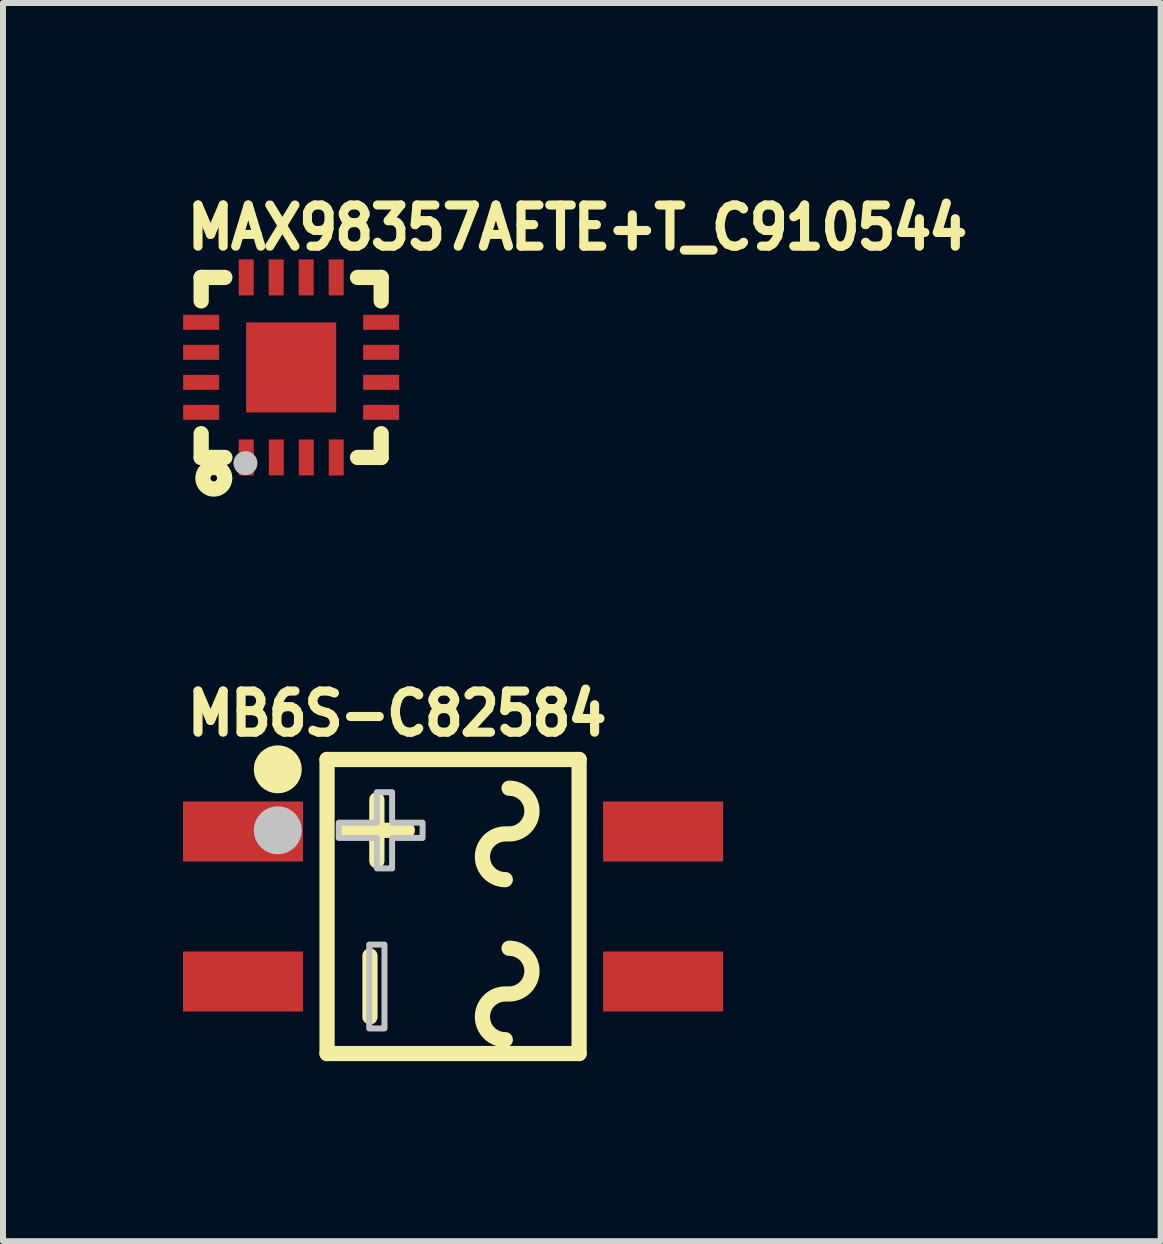
<source format=kicad_pcb>
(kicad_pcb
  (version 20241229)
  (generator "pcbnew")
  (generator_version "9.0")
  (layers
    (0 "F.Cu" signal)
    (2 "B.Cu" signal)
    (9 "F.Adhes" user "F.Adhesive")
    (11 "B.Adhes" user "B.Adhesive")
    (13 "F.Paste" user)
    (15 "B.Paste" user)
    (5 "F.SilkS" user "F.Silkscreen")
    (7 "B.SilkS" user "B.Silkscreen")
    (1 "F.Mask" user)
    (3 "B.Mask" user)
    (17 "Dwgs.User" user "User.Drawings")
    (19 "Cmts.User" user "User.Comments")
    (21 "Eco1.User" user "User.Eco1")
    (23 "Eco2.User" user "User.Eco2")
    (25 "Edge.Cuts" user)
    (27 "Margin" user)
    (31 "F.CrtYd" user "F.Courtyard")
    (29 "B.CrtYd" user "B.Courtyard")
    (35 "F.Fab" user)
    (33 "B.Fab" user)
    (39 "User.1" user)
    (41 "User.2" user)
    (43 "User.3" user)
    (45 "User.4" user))
  (footprint "MB6S-C82584"
    (layer "F.Cu")
    (at 4.5 12.056)
    (property "Reference" "MB6S-C82584" (at -4.5 -2.813 0) (layer "F.SilkS") (effects (font (size 0.686 0.628) (thickness 0.152)) (justify left bottom)))
    (fp_line (start -2.1 -2.45) (end 2.1 -2.45) (stroke (width 0.254) (type default)) (layer "F.SilkS"))
    (fp_line (start -2.1 2.45) (end -2.1 -2.45) (stroke (width 0.254) (type default)) (layer "F.SilkS"))
    (fp_line (start -1.385 0.823) (end -1.385 1.839) (stroke (width 0.254) (type default)) (layer "F.SilkS"))
    (fp_line (start -1.27 -1.778) (end -1.27 -0.762) (stroke (width 0.254) (type default)) (layer "F.SilkS"))
    (fp_line (start -0.762 -1.27) (end -1.778 -1.27) (stroke (width 0.254) (type default)) (layer "F.SilkS"))
    (fp_line (start 2.1 -2.45) (end 2.1 2.45) (stroke (width 0.254) (type default)) (layer "F.SilkS"))
    (fp_line (start 2.1 2.45) (end -2.1 2.45) (stroke (width 0.254) (type default)) (layer "F.SilkS"))
    (fp_arc (start 0.87 -0.4475) (mid 0.489 -0.8285) (end 0.87 -1.2095) (stroke (width 0.254) (type default)) (layer "F.SilkS"))
    (fp_arc (start 0.87 2.2195) (mid 0.489 1.8385) (end 0.87 1.4575) (stroke (width 0.254) (type default)) (layer "F.SilkS"))
    (fp_arc (start 0.9335 -1.9715) (mid 1.3145 -1.5905) (end 0.9335 -1.2095) (stroke (width 0.254) (type default)) (layer "F.SilkS"))
    (fp_arc (start 0.9335 0.6955) (mid 1.3145 1.0765) (end 0.9335 1.4575) (stroke (width 0.254) (type default)) (layer "F.SilkS"))
    (fp_circle (center -2.921 -2.286) (end -2.721 -2.286) (stroke (width 0.4) (type default)) (fill no) (layer "F.SilkS"))
    (fp_circle (center -2.921 -1.27) (end -2.721 -1.27) (stroke (width 0.4) (type default)) (fill no) (layer "Dwgs.User"))
    (fp_poly (pts (xy -1.397 2.032) (xy -1.397 0.635) (xy -1.143 0.635) (xy -1.143 2.032)) (stroke (width 0.1) (type default)) (fill no) (layer "Dwgs.User"))
    (fp_poly (pts (xy -1.905 -1.143) (xy -1.27 -1.143) (xy -1.27 -0.635) (xy -1.016 -0.635) (xy -1.016 -1.143) (xy -0.508 -1.143) (xy -0.508 -1.397) (xy -1.016 -1.397) (xy -1.016 -1.905) (xy -1.27 -1.905) (xy -1.27 -1.397) (xy -1.905 -1.397)) (stroke (width 0.1) (type default)) (fill no) (layer "Dwgs.User"))
    (fp_poly (pts (xy -3.5 -0.87) (xy -3.5 -1.67) (xy -2.5 -1.67) (xy -2.5 -0.87)) (stroke (width 0.1) (type default)) (fill no) (layer "User.1"))
    (fp_poly (pts (xy -3.5 1.67) (xy -3.5 0.87) (xy -2.5 0.87) (xy -2.5 1.67)) (stroke (width 0.1) (type default)) (fill no) (layer "User.1"))
    (fp_poly (pts (xy -1.98 -1.67) (xy -2.504 -1.669) (xy -2.504 -0.87) (xy -1.98 -0.87)) (stroke (width 0.1) (type default)) (fill no) (layer "User.1"))
    (fp_poly (pts (xy -1.97 0.87) (xy -2.504 0.871) (xy -2.504 1.671) (xy -1.97 1.67)) (stroke (width 0.1) (type default)) (fill no) (layer "User.1"))
    (fp_poly (pts (xy 2.497 1.671) (xy 2.497 0.871) (xy 3.497 0.871) (xy 3.497 1.671)) (stroke (width 0.1) (type default)) (fill no) (layer "User.1"))
    (fp_poly (pts (xy 2.499 -0.87) (xy 2.499 -1.67) (xy 3.499 -1.67) (xy 3.499 -0.87)) (stroke (width 0.1) (type default)) (fill no) (layer "User.1"))
    (fp_poly (pts (xy 2.51 -1.67) (xy 2.01 -1.67) (xy 1.98 -1.67) (xy 1.98 -0.87) (xy 2.51 -0.87)) (stroke (width 0.1) (type default)) (fill no) (layer "User.1"))
    (fp_poly (pts (xy 2.51 0.87) (xy 2.01 0.87) (xy 1.984 0.87) (xy 1.982 1.669) (xy 2.51 1.67)) (stroke (width 0.1) (type default)) (fill no) (layer "User.1"))
    (fp_line (start -1.997 -2.342) (end 2.003 -2.342) (stroke (width 0.051) (type default)) (layer "User.2"))
    (fp_line (start -1.997 2.358) (end -1.997 -2.342) (stroke (width 0.051) (type default)) (layer "User.2"))
    (fp_line (start 2.003 -2.342) (end 2.003 2.358) (stroke (width 0.051) (type default)) (layer "User.2"))
    (fp_line (start 2.003 2.358) (end -1.997 2.358) (stroke (width 0.051) (type default)) (layer "User.2"))
    (fp_poly (pts (xy -3.44 -2.342) (xy -3.458 -2.384) (xy -3.5 -2.402) (xy -3.542 -2.384) (xy -3.56 -2.342) (xy -3.542 -2.3) (xy -3.5 -2.282) (xy -3.458 -2.3)) (stroke (width 0.1) (type default)) (fill no) (layer "User.3"))
    (pad "1" smd rect (at -3.5 -1.25 90) (size 1 2) (layers "F.Cu" "F.Mask" "F.Paste"))
    (pad "2" smd rect (at -3.5 1.25 90) (size 1 2) (layers "F.Cu" "F.Mask" "F.Paste"))
    (pad "3" smd rect (at 3.5 1.25 90) (size 1 2) (layers "F.Cu" "F.Mask" "F.Paste"))
    (pad "4" smd rect (at 3.5 -1.25 90) (size 1 2) (layers "F.Cu" "F.Mask" "F.Paste")))
  (footprint "MAX98357AETE+T_C910544"
    (layer "F.Cu")
    (at 1.802 3.073)
    (property "Reference" "MAX98357AETE+T_C910544" (at -1.802 -1.929 0) (layer "F.SilkS") (effects (font (size 0.686 0.628) (thickness 0.152)) (justify left bottom)))
    (fp_line (start -1.5 -1.5) (end -1.5 -1.108) (stroke (width 0.254) (type default)) (layer "F.SilkS"))
    (fp_line (start -1.5 -1.5) (end -1.105 -1.5) (stroke (width 0.254) (type default)) (layer "F.SilkS"))
    (fp_line (start -1.5 1.104) (end -1.5 1.5) (stroke (width 0.254) (type default)) (layer "F.SilkS"))
    (fp_line (start -1.5 1.5) (end -1.105 1.5) (stroke (width 0.254) (type default)) (layer "F.SilkS"))
    (fp_line (start 1.106 -1.5) (end 1.5 -1.5) (stroke (width 0.254) (type default)) (layer "F.SilkS"))
    (fp_line (start 1.107 1.5) (end 1.5 1.5) (stroke (width 0.254) (type default)) (layer "F.SilkS"))
    (fp_line (start 1.5 -1.108) (end 1.5 -1.5) (stroke (width 0.254) (type default)) (layer "F.SilkS"))
    (fp_line (start 1.5 1.5) (end 1.5 1.104) (stroke (width 0.254) (type default)) (layer "F.SilkS"))
    (fp_circle (center -1.289 1.845) (end -1.234 1.845) (stroke (width 0.254) (type default)) (fill no) (layer "F.SilkS"))
    (fp_poly (pts (xy -1.8 -0.627) (xy -1.8 -0.877) (xy -1.2 -0.877) (xy -1.2 -0.627)) (stroke (width 0) (type default)) (fill yes) (layer "F.Paste"))
    (fp_poly (pts (xy -1.8 -0.127) (xy -1.8 -0.377) (xy -1.2 -0.377) (xy -1.2 -0.127)) (stroke (width 0) (type default)) (fill yes) (layer "F.Paste"))
    (fp_poly (pts (xy -1.8 0.373) (xy -1.8 0.123) (xy -1.2 0.123) (xy -1.2 0.373)) (stroke (width 0) (type default)) (fill yes) (layer "F.Paste"))
    (fp_poly (pts (xy -1.8 0.873) (xy -1.8 0.623) (xy -1.2 0.623) (xy -1.2 0.873)) (stroke (width 0) (type default)) (fill yes) (layer "F.Paste"))
    (fp_poly (pts (xy -0.874 -1.8) (xy -0.624 -1.8) (xy -0.624 -1.2) (xy -0.874 -1.2)) (stroke (width 0) (type default)) (fill yes) (layer "F.Paste"))
    (fp_poly (pts (xy -0.624 1.8) (xy -0.874 1.8) (xy -0.874 1.2) (xy -0.624 1.2)) (stroke (width 0) (type default)) (fill yes) (layer "F.Paste"))
    (fp_poly (pts (xy -0.6 0.6) (xy -0.6 -0.6) (xy 0.6 -0.6) (xy 0.6 0.6)) (stroke (width 0) (type default)) (fill yes) (layer "F.Paste"))
    (fp_poly (pts (xy -0.375 -1.8) (xy -0.125 -1.8) (xy -0.125 -1.2) (xy -0.375 -1.2)) (stroke (width 0) (type default)) (fill yes) (layer "F.Paste"))
    (fp_poly (pts (xy -0.123 1.8) (xy -0.373 1.8) (xy -0.373 1.2) (xy -0.123 1.2)) (stroke (width 0) (type default)) (fill yes) (layer "F.Paste"))
    (fp_poly (pts (xy 0.125 -1.8) (xy 0.375 -1.8) (xy 0.375 -1.2) (xy 0.125 -1.2)) (stroke (width 0) (type default)) (fill yes) (layer "F.Paste"))
    (fp_poly (pts (xy 0.377 1.8) (xy 0.127 1.8) (xy 0.127 1.2) (xy 0.377 1.2)) (stroke (width 0) (type default)) (fill yes) (layer "F.Paste"))
    (fp_poly (pts (xy 0.625 -1.8) (xy 0.875 -1.8) (xy 0.875 -1.2) (xy 0.625 -1.2)) (stroke (width 0) (type default)) (fill yes) (layer "F.Paste"))
    (fp_poly (pts (xy 0.876 1.8) (xy 0.626 1.8) (xy 0.626 1.2) (xy 0.876 1.2)) (stroke (width 0) (type default)) (fill yes) (layer "F.Paste"))
    (fp_poly (pts (xy 1.8 -0.877) (xy 1.8 -0.627) (xy 1.2 -0.627) (xy 1.2 -0.877)) (stroke (width 0) (type default)) (fill yes) (layer "F.Paste"))
    (fp_poly (pts (xy 1.8 -0.377) (xy 1.8 -0.127) (xy 1.2 -0.127) (xy 1.2 -0.377)) (stroke (width 0) (type default)) (fill yes) (layer "F.Paste"))
    (fp_poly (pts (xy 1.8 0.123) (xy 1.8 0.373) (xy 1.2 0.373) (xy 1.2 0.123)) (stroke (width 0) (type default)) (fill yes) (layer "F.Paste"))
    (fp_poly (pts (xy 1.8 0.623) (xy 1.8 0.873) (xy 1.2 0.873) (xy 1.2 0.623)) (stroke (width 0) (type default)) (fill yes) (layer "F.Paste"))
    (fp_circle (center -0.762 1.595) (end -0.662 1.595) (stroke (width 0.2) (type default)) (fill no) (layer "Dwgs.User"))
    (fp_poly (pts (xy -1.2 -0.852) (xy -1.2 -0.652) (xy -1.5 -0.652) (xy -1.5 -0.852)) (stroke (width 0.1) (type default)) (fill no) (layer "User.1"))
    (fp_poly (pts (xy -1.2 -0.352) (xy -1.2 -0.152) (xy -1.5 -0.152) (xy -1.5 -0.352)) (stroke (width 0.1) (type default)) (fill no) (layer "User.1"))
    (fp_poly (pts (xy -1.2 0.148) (xy -1.2 0.348) (xy -1.5 0.348) (xy -1.5 0.148)) (stroke (width 0.1) (type default)) (fill no) (layer "User.1"))
    (fp_poly (pts (xy -1.2 0.648) (xy -1.2 0.848) (xy -1.5 0.848) (xy -1.5 0.648)) (stroke (width 0.1) (type default)) (fill no) (layer "User.1"))
    (fp_poly (pts (xy -0.849 -1.5) (xy -0.648 -1.5) (xy -0.648 -1.2) (xy -0.849 -1.2)) (stroke (width 0.1) (type default)) (fill no) (layer "User.1"))
    (fp_poly (pts (xy -0.75 0.75) (xy -0.75 -0.75) (xy 0.75 -0.75) (xy 0.75 0.75)) (stroke (width 0.1) (type default)) (fill no) (layer "User.1"))
    (fp_poly (pts (xy -0.648 1.5) (xy -0.849 1.5) (xy -0.849 1.2) (xy -0.648 1.2)) (stroke (width 0.1) (type default)) (fill no) (layer "User.1"))
    (fp_poly (pts (xy -0.35 -1.5) (xy -0.15 -1.5) (xy -0.15 -1.2) (xy -0.35 -1.2)) (stroke (width 0.1) (type default)) (fill no) (layer "User.1"))
    (fp_poly (pts (xy -0.148 1.5) (xy -0.348 1.5) (xy -0.348 1.2) (xy -0.148 1.2)) (stroke (width 0.1) (type default)) (fill no) (layer "User.1"))
    (fp_poly (pts (xy 0.15 -1.5) (xy 0.35 -1.5) (xy 0.35 -1.2) (xy 0.15 -1.2)) (stroke (width 0.1) (type default)) (fill no) (layer "User.1"))
    (fp_poly (pts (xy 0.351 1.5) (xy 0.151 1.5) (xy 0.151 1.2) (xy 0.351 1.2)) (stroke (width 0.1) (type default)) (fill no) (layer "User.1"))
    (fp_poly (pts (xy 0.65 -1.5) (xy 0.85 -1.5) (xy 0.85 -1.2) (xy 0.65 -1.2)) (stroke (width 0.1) (type default)) (fill no) (layer "User.1"))
    (fp_poly (pts (xy 0.852 1.5) (xy 0.651 1.5) (xy 0.651 1.2) (xy 0.852 1.2)) (stroke (width 0.1) (type default)) (fill no) (layer "User.1"))
    (fp_poly (pts (xy 1.2 -0.652) (xy 1.2 -0.852) (xy 1.5 -0.852) (xy 1.5 -0.652)) (stroke (width 0.1) (type default)) (fill no) (layer "User.1"))
    (fp_poly (pts (xy 1.2 -0.152) (xy 1.2 -0.352) (xy 1.5 -0.352) (xy 1.5 -0.152)) (stroke (width 0.1) (type default)) (fill no) (layer "User.1"))
    (fp_poly (pts (xy 1.2 0.348) (xy 1.2 0.148) (xy 1.5 0.148) (xy 1.5 0.348)) (stroke (width 0.1) (type default)) (fill no) (layer "User.1"))
    (fp_poly (pts (xy 1.2 0.848) (xy 1.2 0.648) (xy 1.5 0.648) (xy 1.5 0.848)) (stroke (width 0.1) (type default)) (fill no) (layer "User.1"))
    (fp_line (start -1.5 -1.5) (end 1.5 -1.5) (stroke (width 0.051) (type default)) (layer "User.2"))
    (fp_line (start -1.5 1.5) (end -1.5 -1.5) (stroke (width 0.051) (type default)) (layer "User.2"))
    (fp_line (start 1.5 -1.5) (end 1.5 1.5) (stroke (width 0.051) (type default)) (layer "User.2"))
    (fp_line (start 1.5 1.5) (end -1.5 1.5) (stroke (width 0.051) (type default)) (layer "User.2"))
    (fp_poly (pts (xy -1.44 1.5) (xy -1.458 1.458) (xy -1.5 1.44) (xy -1.542 1.458) (xy -1.56 1.5) (xy -1.542 1.542) (xy -1.5 1.56) (xy -1.458 1.542)) (stroke (width 0.1) (type default)) (fill no) (layer "User.3"))
    (pad "1" smd rect (at -0.749 1.5 180) (size 0.25 0.6) (layers "F.Cu" "F.Mask" "F.Paste"))
    (pad "2" smd rect (at -0.248 1.5 180) (size 0.25 0.6) (layers "F.Cu" "F.Mask" "F.Paste"))
    (pad "3" smd rect (at 0.252 1.5 180) (size 0.25 0.6) (layers "F.Cu" "F.Mask" "F.Paste"))
    (pad "4" smd rect (at 0.751 1.5 180) (size 0.25 0.6) (layers "F.Cu" "F.Mask" "F.Paste"))
    (pad "5" smd rect (at 1.5 0.748 270) (size 0.25 0.6) (layers "F.Cu" "F.Mask" "F.Paste"))
    (pad "6" smd rect (at 1.5 0.248 270) (size 0.25 0.6) (layers "F.Cu" "F.Mask" "F.Paste"))
    (pad "7" smd rect (at 1.5 -0.252 270) (size 0.25 0.6) (layers "F.Cu" "F.Mask" "F.Paste"))
    (pad "8" smd rect (at 1.5 -0.752 270) (size 0.25 0.6) (layers "F.Cu" "F.Mask" "F.Paste"))
    (pad "9" smd rect (at 0.75 -1.5) (size 0.25 0.6) (layers "F.Cu" "F.Mask" "F.Paste"))
    (pad "10" smd rect (at 0.25 -1.5) (size 0.25 0.6) (layers "F.Cu" "F.Mask" "F.Paste"))
    (pad "11" smd rect (at -0.25 -1.5) (size 0.25 0.6) (layers "F.Cu" "F.Mask" "F.Paste"))
    (pad "12" smd rect (at -0.749 -1.5) (size 0.25 0.6) (layers "F.Cu" "F.Mask" "F.Paste"))
    (pad "13" smd rect (at -1.5 -0.752 90) (size 0.25 0.6) (layers "F.Cu" "F.Mask" "F.Paste"))
    (pad "14" smd rect (at -1.5 -0.252 90) (size 0.25 0.6) (layers "F.Cu" "F.Mask" "F.Paste"))
    (pad "15" smd rect (at -1.5 0.248 90) (size 0.25 0.6) (layers "F.Cu" "F.Mask" "F.Paste"))
    (pad "16" smd rect (at -1.5 0.748 90) (size 0.25 0.6) (layers "F.Cu" "F.Mask" "F.Paste"))
    (pad "17" smd rect (at 0 0 90) (size 1.5 1.5) (layers "F.Cu" "F.Mask" "F.Paste")))
  (gr_rect
    (start -3 -3)
    (end 16.291 17.633)
    (stroke (width 0.1) (type default))
    (fill no)
    (layer "Edge.Cuts")))
</source>
